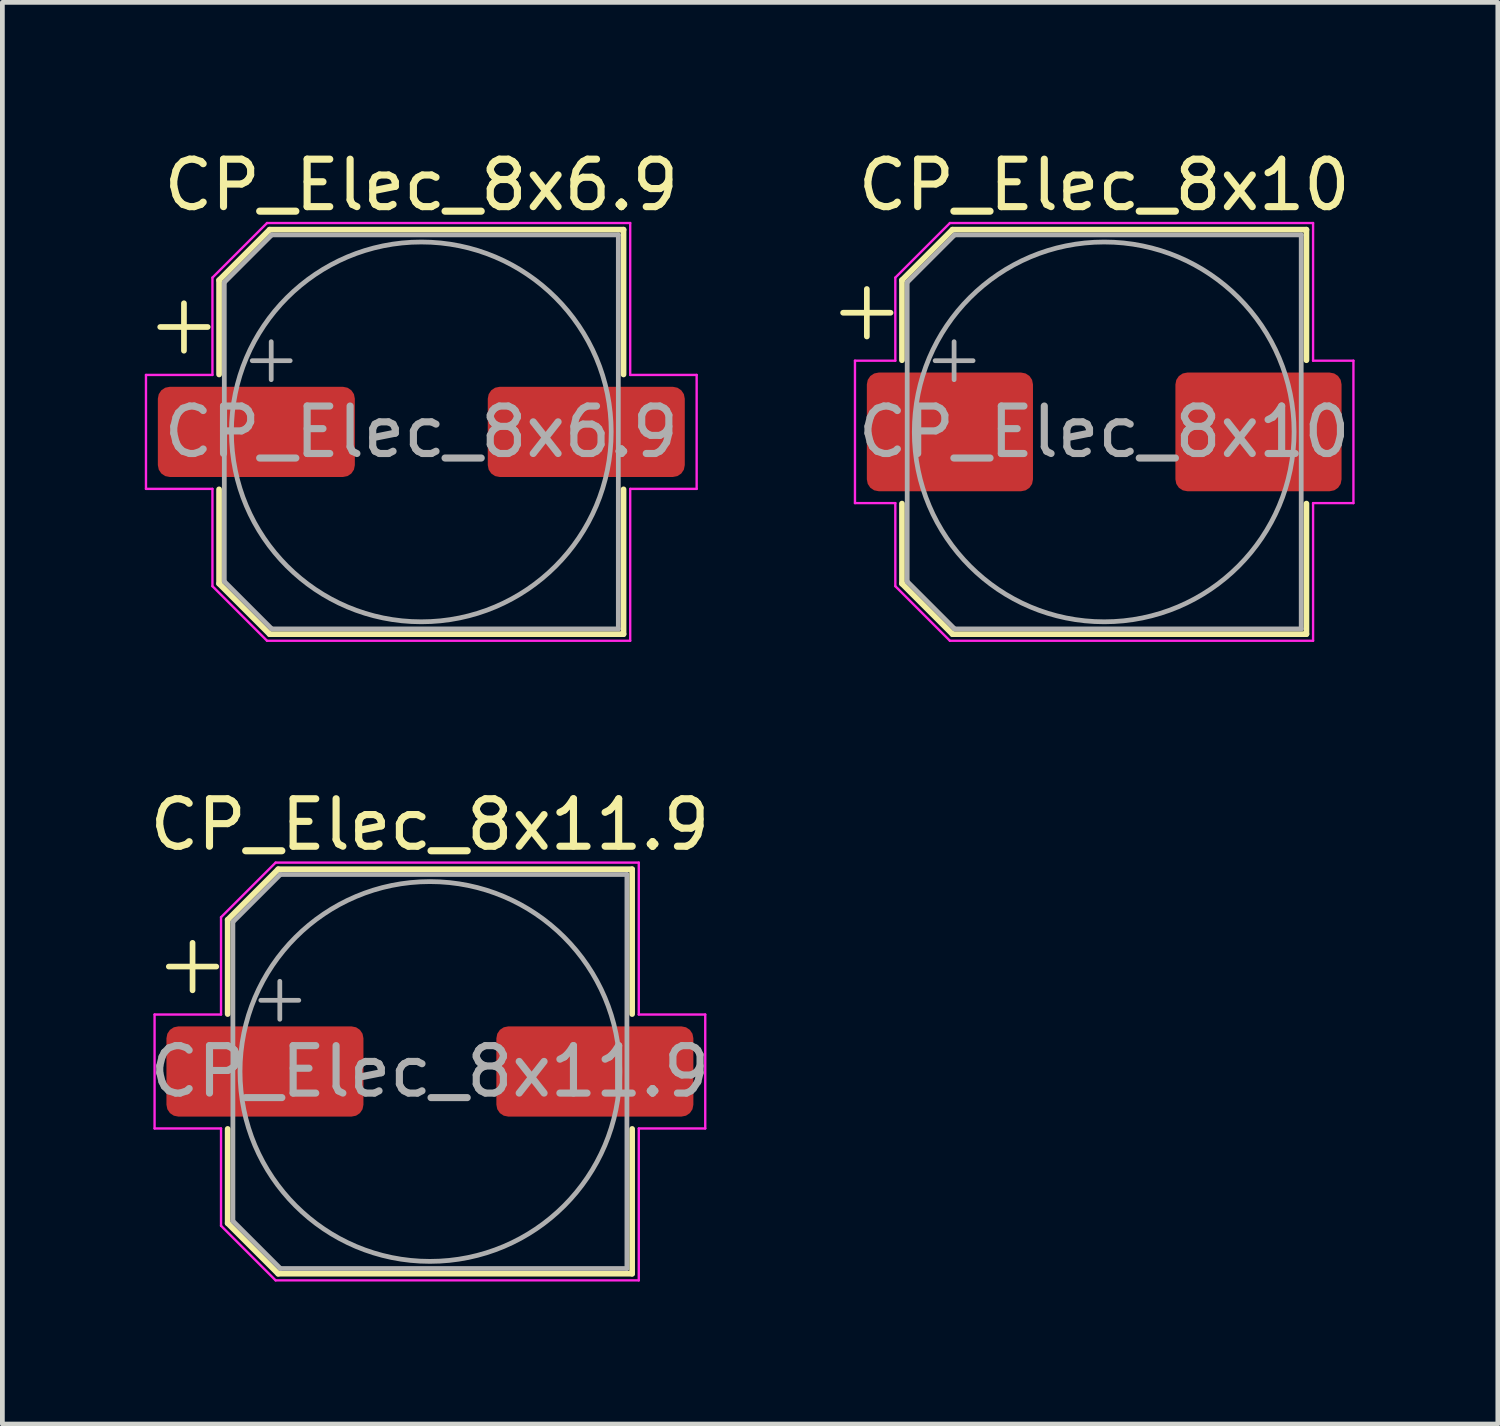
<source format=kicad_pcb>
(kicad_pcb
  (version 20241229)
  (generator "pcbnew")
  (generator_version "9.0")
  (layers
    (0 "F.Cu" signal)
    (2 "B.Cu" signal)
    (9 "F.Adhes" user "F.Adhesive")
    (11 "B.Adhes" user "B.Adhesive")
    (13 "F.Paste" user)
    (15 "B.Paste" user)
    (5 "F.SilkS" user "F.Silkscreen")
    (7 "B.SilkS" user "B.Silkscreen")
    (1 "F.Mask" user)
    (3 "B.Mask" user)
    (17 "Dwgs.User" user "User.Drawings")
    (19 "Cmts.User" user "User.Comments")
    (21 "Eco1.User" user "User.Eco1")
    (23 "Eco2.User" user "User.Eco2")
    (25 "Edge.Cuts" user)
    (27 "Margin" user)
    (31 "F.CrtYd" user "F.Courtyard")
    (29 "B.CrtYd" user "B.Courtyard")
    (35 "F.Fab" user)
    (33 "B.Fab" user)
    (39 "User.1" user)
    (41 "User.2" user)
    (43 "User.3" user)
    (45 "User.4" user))
  (footprint "CP_Elec_8x11.9"
    (layer "F.Cu")
    (at 6.006 19.521)
    (property "Reference" "CP_Elec_8x11.9" (at 0 -5.2 0) (layer "F.SilkS") (effects (font (size 1 1) (thickness 0.15))))
    (attr smd)
    (fp_line (start -5.5 -2.21) (end -4.5 -2.21) (stroke (width 0.12) (type solid)) (layer "F.SilkS"))
    (fp_line (start -5 -2.71) (end -5 -1.71) (stroke (width 0.12) (type solid)) (layer "F.SilkS"))
    (fp_line (start -4.26 -3.196) (end -4.26 -1.21) (stroke (width 0.12) (type solid)) (layer "F.SilkS"))
    (fp_line (start -4.26 -3.196) (end -3.196 -4.26) (stroke (width 0.12) (type solid)) (layer "F.SilkS"))
    (fp_line (start -4.26 3.196) (end -4.26 1.21) (stroke (width 0.12) (type solid)) (layer "F.SilkS"))
    (fp_line (start -4.26 3.196) (end -3.196 4.26) (stroke (width 0.12) (type solid)) (layer "F.SilkS"))
    (fp_line (start -3.196 -4.26) (end 4.26 -4.26) (stroke (width 0.12) (type solid)) (layer "F.SilkS"))
    (fp_line (start -3.196 4.26) (end 4.26 4.26) (stroke (width 0.12) (type solid)) (layer "F.SilkS"))
    (fp_line (start 4.26 -4.26) (end 4.26 -1.21) (stroke (width 0.12) (type solid)) (layer "F.SilkS"))
    (fp_line (start 4.26 4.26) (end 4.26 1.21) (stroke (width 0.12) (type solid)) (layer "F.SilkS"))
    (fp_line (start -5.8 -1.2) (end -5.8 1.2) (stroke (width 0.05) (type solid)) (layer "F.CrtYd"))
    (fp_line (start -5.8 1.2) (end -4.4 1.2) (stroke (width 0.05) (type solid)) (layer "F.CrtYd"))
    (fp_line (start -4.4 -3.25) (end -4.4 -1.2) (stroke (width 0.05) (type solid)) (layer "F.CrtYd"))
    (fp_line (start -4.4 -3.25) (end -3.25 -4.4) (stroke (width 0.05) (type solid)) (layer "F.CrtYd"))
    (fp_line (start -4.4 -1.2) (end -5.8 -1.2) (stroke (width 0.05) (type solid)) (layer "F.CrtYd"))
    (fp_line (start -4.4 1.2) (end -4.4 3.25) (stroke (width 0.05) (type solid)) (layer "F.CrtYd"))
    (fp_line (start -4.4 3.25) (end -3.25 4.4) (stroke (width 0.05) (type solid)) (layer "F.CrtYd"))
    (fp_line (start -3.25 -4.4) (end 4.4 -4.4) (stroke (width 0.05) (type solid)) (layer "F.CrtYd"))
    (fp_line (start -3.25 4.4) (end 4.4 4.4) (stroke (width 0.05) (type solid)) (layer "F.CrtYd"))
    (fp_line (start 4.4 -4.4) (end 4.4 -1.2) (stroke (width 0.05) (type solid)) (layer "F.CrtYd"))
    (fp_line (start 4.4 -1.2) (end 5.8 -1.2) (stroke (width 0.05) (type solid)) (layer "F.CrtYd"))
    (fp_line (start 4.4 1.2) (end 4.4 4.4) (stroke (width 0.05) (type solid)) (layer "F.CrtYd"))
    (fp_line (start 5.8 -1.2) (end 5.8 1.2) (stroke (width 0.05) (type solid)) (layer "F.CrtYd"))
    (fp_line (start 5.8 1.2) (end 4.4 1.2) (stroke (width 0.05) (type solid)) (layer "F.CrtYd"))
    (fp_line (start -4.15 -3.15) (end -4.15 3.15) (stroke (width 0.1) (type solid)) (layer "F.Fab"))
    (fp_line (start -4.15 -3.15) (end -3.15 -4.15) (stroke (width 0.1) (type solid)) (layer "F.Fab"))
    (fp_line (start -4.15 3.15) (end -3.15 4.15) (stroke (width 0.1) (type solid)) (layer "F.Fab"))
    (fp_line (start -3.562 -1.5) (end -2.762 -1.5) (stroke (width 0.1) (type solid)) (layer "F.Fab"))
    (fp_line (start -3.162 -1.9) (end -3.162 -1.1) (stroke (width 0.1) (type solid)) (layer "F.Fab"))
    (fp_line (start -3.15 -4.15) (end 4.15 -4.15) (stroke (width 0.1) (type solid)) (layer "F.Fab"))
    (fp_line (start -3.15 4.15) (end 4.15 4.15) (stroke (width 0.1) (type solid)) (layer "F.Fab"))
    (fp_line (start 4.15 -4.15) (end 4.15 4.15) (stroke (width 0.1) (type solid)) (layer "F.Fab"))
    (fp_circle (center 0 0) (end 4 0) (stroke (width 0.1) (type solid)) (fill no) (layer "F.Fab"))
    (fp_text user "${REFERENCE}" (at 0 0 0) (layer "F.Fab") (effects (font (size 1 1) (thickness 0.15))))
    (pad "1" smd roundrect (at -3.475 0) (size 4.15 1.9) (layers "F.Cu" "F.Mask" "F.Paste") (roundrect_rratio 0.132))
    (pad "2" smd roundrect (at 3.475 0) (size 4.15 1.9) (layers "F.Cu" "F.Mask" "F.Paste") (roundrect_rratio 0.132)))
  (footprint "CP_Elec_8x10"
    (layer "F.Cu")
    (at 20.21 6.048)
    (property "Reference" "CP_Elec_8x10" (at 0 -5.2 0) (layer "F.SilkS") (effects (font (size 1 1) (thickness 0.15))))
    (attr smd)
    (fp_line (start -5.5 -2.51) (end -4.5 -2.51) (stroke (width 0.12) (type solid)) (layer "F.SilkS"))
    (fp_line (start -5 -3.01) (end -5 -2.01) (stroke (width 0.12) (type solid)) (layer "F.SilkS"))
    (fp_line (start -4.26 -3.196) (end -4.26 -1.51) (stroke (width 0.12) (type solid)) (layer "F.SilkS"))
    (fp_line (start -4.26 -3.196) (end -3.196 -4.26) (stroke (width 0.12) (type solid)) (layer "F.SilkS"))
    (fp_line (start -4.26 3.196) (end -4.26 1.51) (stroke (width 0.12) (type solid)) (layer "F.SilkS"))
    (fp_line (start -4.26 3.196) (end -3.196 4.26) (stroke (width 0.12) (type solid)) (layer "F.SilkS"))
    (fp_line (start -3.196 -4.26) (end 4.26 -4.26) (stroke (width 0.12) (type solid)) (layer "F.SilkS"))
    (fp_line (start -3.196 4.26) (end 4.26 4.26) (stroke (width 0.12) (type solid)) (layer "F.SilkS"))
    (fp_line (start 4.26 -4.26) (end 4.26 -1.51) (stroke (width 0.12) (type solid)) (layer "F.SilkS"))
    (fp_line (start 4.26 4.26) (end 4.26 1.51) (stroke (width 0.12) (type solid)) (layer "F.SilkS"))
    (fp_line (start -5.25 -1.5) (end -5.25 1.5) (stroke (width 0.05) (type solid)) (layer "F.CrtYd"))
    (fp_line (start -5.25 1.5) (end -4.4 1.5) (stroke (width 0.05) (type solid)) (layer "F.CrtYd"))
    (fp_line (start -4.4 -3.25) (end -4.4 -1.5) (stroke (width 0.05) (type solid)) (layer "F.CrtYd"))
    (fp_line (start -4.4 -3.25) (end -3.25 -4.4) (stroke (width 0.05) (type solid)) (layer "F.CrtYd"))
    (fp_line (start -4.4 -1.5) (end -5.25 -1.5) (stroke (width 0.05) (type solid)) (layer "F.CrtYd"))
    (fp_line (start -4.4 1.5) (end -4.4 3.25) (stroke (width 0.05) (type solid)) (layer "F.CrtYd"))
    (fp_line (start -4.4 3.25) (end -3.25 4.4) (stroke (width 0.05) (type solid)) (layer "F.CrtYd"))
    (fp_line (start -3.25 -4.4) (end 4.4 -4.4) (stroke (width 0.05) (type solid)) (layer "F.CrtYd"))
    (fp_line (start -3.25 4.4) (end 4.4 4.4) (stroke (width 0.05) (type solid)) (layer "F.CrtYd"))
    (fp_line (start 4.4 -4.4) (end 4.4 -1.5) (stroke (width 0.05) (type solid)) (layer "F.CrtYd"))
    (fp_line (start 4.4 -1.5) (end 5.25 -1.5) (stroke (width 0.05) (type solid)) (layer "F.CrtYd"))
    (fp_line (start 4.4 1.5) (end 4.4 4.4) (stroke (width 0.05) (type solid)) (layer "F.CrtYd"))
    (fp_line (start 5.25 -1.5) (end 5.25 1.5) (stroke (width 0.05) (type solid)) (layer "F.CrtYd"))
    (fp_line (start 5.25 1.5) (end 4.4 1.5) (stroke (width 0.05) (type solid)) (layer "F.CrtYd"))
    (fp_line (start -4.15 -3.15) (end -4.15 3.15) (stroke (width 0.1) (type solid)) (layer "F.Fab"))
    (fp_line (start -4.15 -3.15) (end -3.15 -4.15) (stroke (width 0.1) (type solid)) (layer "F.Fab"))
    (fp_line (start -4.15 3.15) (end -3.15 4.15) (stroke (width 0.1) (type solid)) (layer "F.Fab"))
    (fp_line (start -3.562 -1.5) (end -2.762 -1.5) (stroke (width 0.1) (type solid)) (layer "F.Fab"))
    (fp_line (start -3.162 -1.9) (end -3.162 -1.1) (stroke (width 0.1) (type solid)) (layer "F.Fab"))
    (fp_line (start -3.15 -4.15) (end 4.15 -4.15) (stroke (width 0.1) (type solid)) (layer "F.Fab"))
    (fp_line (start -3.15 4.15) (end 4.15 4.15) (stroke (width 0.1) (type solid)) (layer "F.Fab"))
    (fp_line (start 4.15 -4.15) (end 4.15 4.15) (stroke (width 0.1) (type solid)) (layer "F.Fab"))
    (fp_circle (center 0 0) (end 4 0) (stroke (width 0.1) (type solid)) (fill no) (layer "F.Fab"))
    (fp_text user "${REFERENCE}" (at 0 0 0) (layer "F.Fab") (effects (font (size 1 1) (thickness 0.15))))
    (pad "1" smd roundrect (at -3.25 0) (size 3.5 2.5) (layers "F.Cu" "F.Mask" "F.Paste") (roundrect_rratio 0.1))
    (pad "2" smd roundrect (at 3.25 0) (size 3.5 2.5) (layers "F.Cu" "F.Mask" "F.Paste") (roundrect_rratio 0.1)))
  (footprint "CP_Elec_8x6.9"
    (layer "F.Cu")
    (at 5.825 6.048)
    (property "Reference" "CP_Elec_8x6.9" (at 0 -5.2 0) (layer "F.SilkS") (effects (font (size 1 1) (thickness 0.15))))
    (attr smd)
    (fp_line (start -5.5 -2.21) (end -4.5 -2.21) (stroke (width 0.12) (type solid)) (layer "F.SilkS"))
    (fp_line (start -5 -2.71) (end -5 -1.71) (stroke (width 0.12) (type solid)) (layer "F.SilkS"))
    (fp_line (start -4.26 -3.196) (end -4.26 -1.21) (stroke (width 0.12) (type solid)) (layer "F.SilkS"))
    (fp_line (start -4.26 -3.196) (end -3.196 -4.26) (stroke (width 0.12) (type solid)) (layer "F.SilkS"))
    (fp_line (start -4.26 3.196) (end -4.26 1.21) (stroke (width 0.12) (type solid)) (layer "F.SilkS"))
    (fp_line (start -4.26 3.196) (end -3.196 4.26) (stroke (width 0.12) (type solid)) (layer "F.SilkS"))
    (fp_line (start -3.196 -4.26) (end 4.26 -4.26) (stroke (width 0.12) (type solid)) (layer "F.SilkS"))
    (fp_line (start -3.196 4.26) (end 4.26 4.26) (stroke (width 0.12) (type solid)) (layer "F.SilkS"))
    (fp_line (start 4.26 -4.26) (end 4.26 -1.21) (stroke (width 0.12) (type solid)) (layer "F.SilkS"))
    (fp_line (start 4.26 4.26) (end 4.26 1.21) (stroke (width 0.12) (type solid)) (layer "F.SilkS"))
    (fp_line (start -5.8 -1.2) (end -5.8 1.2) (stroke (width 0.05) (type solid)) (layer "F.CrtYd"))
    (fp_line (start -5.8 1.2) (end -4.4 1.2) (stroke (width 0.05) (type solid)) (layer "F.CrtYd"))
    (fp_line (start -4.4 -3.25) (end -4.4 -1.2) (stroke (width 0.05) (type solid)) (layer "F.CrtYd"))
    (fp_line (start -4.4 -3.25) (end -3.25 -4.4) (stroke (width 0.05) (type solid)) (layer "F.CrtYd"))
    (fp_line (start -4.4 -1.2) (end -5.8 -1.2) (stroke (width 0.05) (type solid)) (layer "F.CrtYd"))
    (fp_line (start -4.4 1.2) (end -4.4 3.25) (stroke (width 0.05) (type solid)) (layer "F.CrtYd"))
    (fp_line (start -4.4 3.25) (end -3.25 4.4) (stroke (width 0.05) (type solid)) (layer "F.CrtYd"))
    (fp_line (start -3.25 -4.4) (end 4.4 -4.4) (stroke (width 0.05) (type solid)) (layer "F.CrtYd"))
    (fp_line (start -3.25 4.4) (end 4.4 4.4) (stroke (width 0.05) (type solid)) (layer "F.CrtYd"))
    (fp_line (start 4.4 -4.4) (end 4.4 -1.2) (stroke (width 0.05) (type solid)) (layer "F.CrtYd"))
    (fp_line (start 4.4 -1.2) (end 5.8 -1.2) (stroke (width 0.05) (type solid)) (layer "F.CrtYd"))
    (fp_line (start 4.4 1.2) (end 4.4 4.4) (stroke (width 0.05) (type solid)) (layer "F.CrtYd"))
    (fp_line (start 5.8 -1.2) (end 5.8 1.2) (stroke (width 0.05) (type solid)) (layer "F.CrtYd"))
    (fp_line (start 5.8 1.2) (end 4.4 1.2) (stroke (width 0.05) (type solid)) (layer "F.CrtYd"))
    (fp_line (start -4.15 -3.15) (end -4.15 3.15) (stroke (width 0.1) (type solid)) (layer "F.Fab"))
    (fp_line (start -4.15 -3.15) (end -3.15 -4.15) (stroke (width 0.1) (type solid)) (layer "F.Fab"))
    (fp_line (start -4.15 3.15) (end -3.15 4.15) (stroke (width 0.1) (type solid)) (layer "F.Fab"))
    (fp_line (start -3.562 -1.5) (end -2.762 -1.5) (stroke (width 0.1) (type solid)) (layer "F.Fab"))
    (fp_line (start -3.162 -1.9) (end -3.162 -1.1) (stroke (width 0.1) (type solid)) (layer "F.Fab"))
    (fp_line (start -3.15 -4.15) (end 4.15 -4.15) (stroke (width 0.1) (type solid)) (layer "F.Fab"))
    (fp_line (start -3.15 4.15) (end 4.15 4.15) (stroke (width 0.1) (type solid)) (layer "F.Fab"))
    (fp_line (start 4.15 -4.15) (end 4.15 4.15) (stroke (width 0.1) (type solid)) (layer "F.Fab"))
    (fp_circle (center 0 0) (end 4 0) (stroke (width 0.1) (type solid)) (fill no) (layer "F.Fab"))
    (fp_text user "${REFERENCE}" (at 0 0 0) (layer "F.Fab") (effects (font (size 1 1) (thickness 0.15))))
    (pad "1" smd roundrect (at -3.475 0) (size 4.15 1.9) (layers "F.Cu" "F.Mask" "F.Paste") (roundrect_rratio 0.132))
    (pad "2" smd roundrect (at 3.475 0) (size 4.15 1.9) (layers "F.Cu" "F.Mask" "F.Paste") (roundrect_rratio 0.132)))
  (gr_rect
    (start -3 -3)
    (end 28.502 26.947)
    (stroke (width 0.1) (type default))
    (fill no)
    (layer "Edge.Cuts")))
</source>
